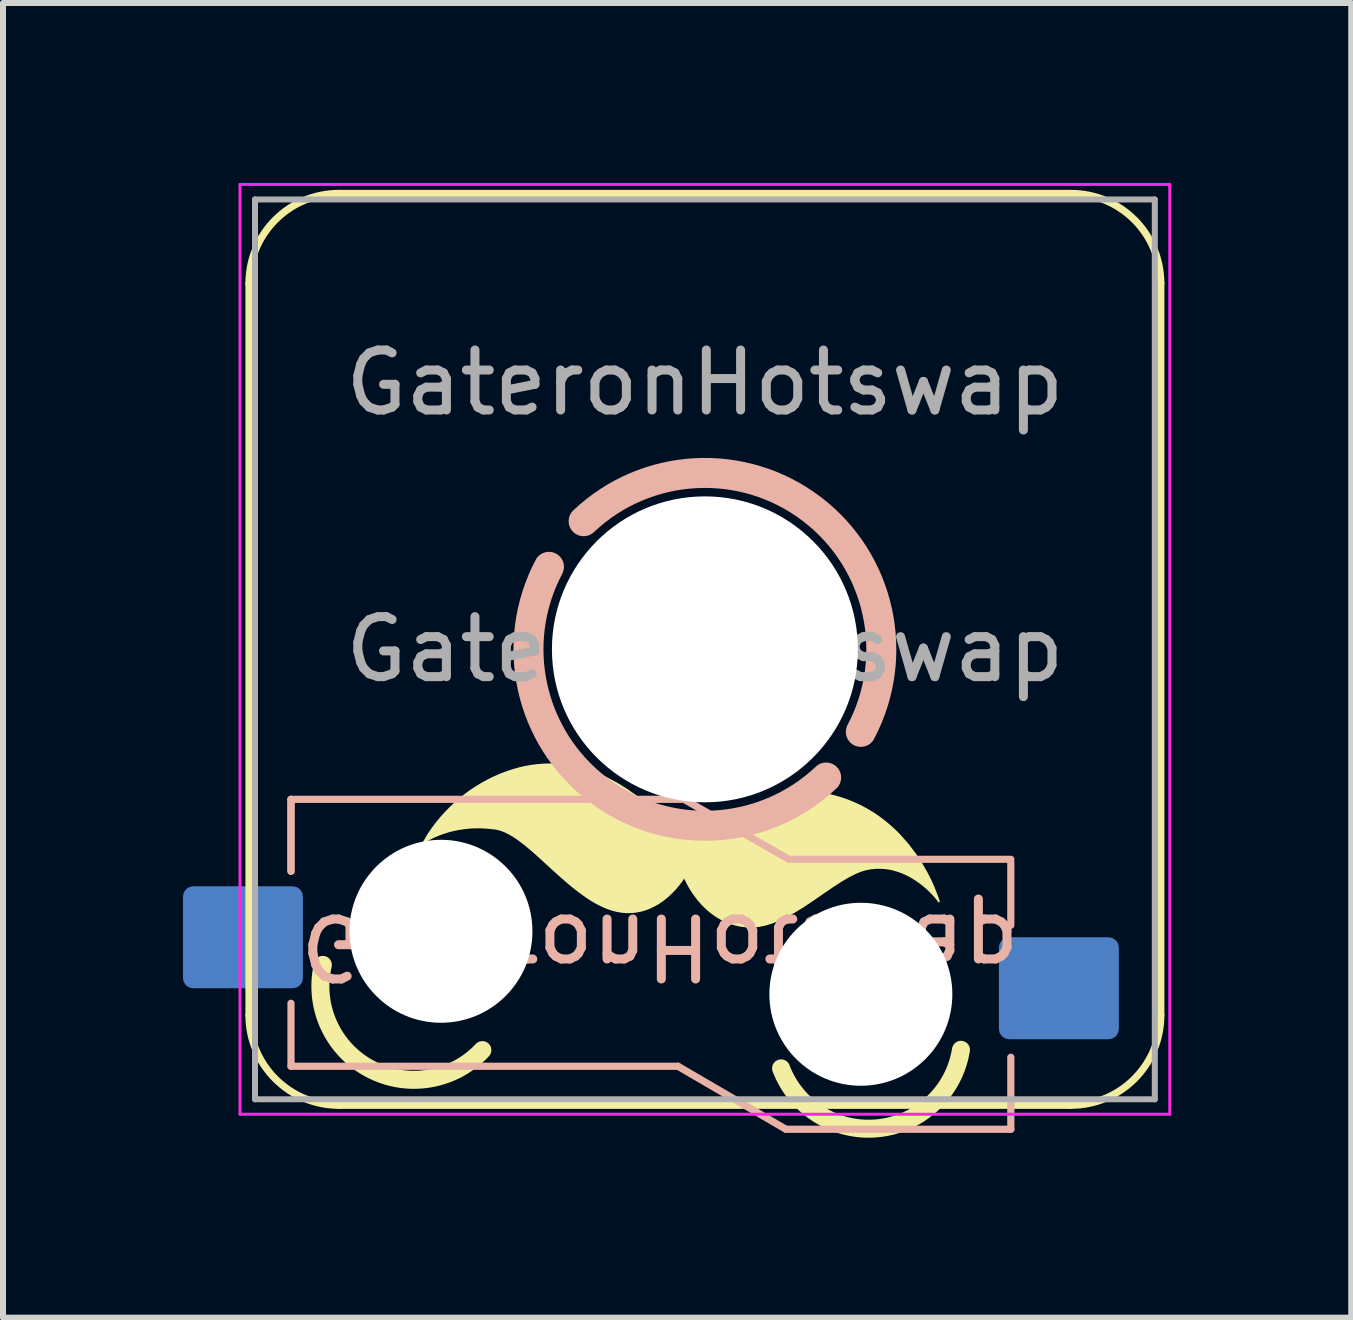
<source format=kicad_pcb>
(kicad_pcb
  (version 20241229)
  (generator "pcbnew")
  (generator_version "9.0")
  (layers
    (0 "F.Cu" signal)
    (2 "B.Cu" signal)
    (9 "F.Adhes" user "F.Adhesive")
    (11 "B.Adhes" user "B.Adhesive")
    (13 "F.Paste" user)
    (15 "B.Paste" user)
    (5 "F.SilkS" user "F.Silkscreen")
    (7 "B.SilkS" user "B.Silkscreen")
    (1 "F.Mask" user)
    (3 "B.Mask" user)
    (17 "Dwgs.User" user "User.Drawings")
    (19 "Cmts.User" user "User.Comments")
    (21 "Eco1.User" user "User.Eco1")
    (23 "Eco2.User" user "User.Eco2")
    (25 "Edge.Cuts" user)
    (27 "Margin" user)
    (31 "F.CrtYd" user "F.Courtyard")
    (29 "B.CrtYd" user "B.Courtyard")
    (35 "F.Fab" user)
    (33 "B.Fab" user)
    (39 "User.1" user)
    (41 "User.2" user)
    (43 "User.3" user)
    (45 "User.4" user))
  (footprint "GateronHotswap"
    (layer "F.Cu")
    (at 8.701 7.775)
    (property "Reference" "GateronHotswap" (at -0.75 4.95 180) (unlocked yes) (layer "B.SilkS") (effects (font (size 1 1) (thickness 0.15)) (justify mirror)))
    (attr smd)
    (fp_line (start -7.6 6.1) (end -7.6 -6.1) (stroke (width 0.12) (type solid)) (layer "F.SilkS"))
    (fp_line (start -6.1 -7.6) (end 6.1 -7.6) (stroke (width 0.12) (type solid)) (layer "F.SilkS"))
    (fp_line (start 6.1 7.6) (end -6.1 7.6) (stroke (width 0.12) (type solid)) (layer "F.SilkS"))
    (fp_line (start 7.6 6.1) (end 7.6 -6.1) (stroke (width 0.12) (type solid)) (layer "F.SilkS"))
    (fp_arc (start -7.599994 -6.100002) (mid -7.160654 -7.160662) (end -6.099994 -7.600002) (stroke (width 0.12) (type solid)) (layer "F.SilkS"))
    (fp_arc (start -6.099994 7.599998) (mid -7.160654 7.160658) (end -7.599994 6.099998) (stroke (width 0.12) (type solid)) (layer "F.SilkS"))
    (fp_arc (start -3.709776 6.680624) (mid -5.585316 6.992324) (end -6.368797 5.259995) (stroke (width 0.3) (type solid)) (layer "F.SilkS"))
    (fp_arc (start 4.268833 6.675848) (mid 2.888241 7.983046) (end 1.27 6.985) (stroke (width 0.3) (type solid)) (layer "F.SilkS"))
    (fp_arc (start 6.100006 -7.600002) (mid 7.160666 -7.160662) (end 7.600006 -6.100002) (stroke (width 0.12) (type solid)) (layer "F.SilkS"))
    (fp_arc (start 7.600006 6.099998) (mid 7.160666 7.160658) (end 6.100006 7.599998) (stroke (width 0.12) (type solid)) (layer "F.SilkS"))
    (fp_poly (pts (xy 3.903 4.206) (xy 3.881 4.177) (xy 3.854 4.144) (xy 3.817 4.102) (xy 3.771 4.053) (xy 3.715 3.999) (xy 3.65 3.942) (xy 3.614 3.913) (xy 3.576 3.885) (xy 3.536 3.856) (xy 3.494 3.829) (xy 3.45 3.802) (xy 3.404 3.776) (xy 3.356 3.752) (xy 3.307 3.73) (xy 3.255 3.71) (xy 3.202 3.692) (xy 3.147 3.676) (xy 3.091 3.663) (xy 3.032 3.654) (xy 2.973 3.648) (xy 2.911 3.645) (xy 2.848 3.646) (xy 2.784 3.652) (xy 2.719 3.662) (xy 2.666 3.674) (xy 2.613 3.69) (xy 2.558 3.711) (xy 2.503 3.735) (xy 2.388 3.793) (xy 2.27 3.863) (xy 2.149 3.941) (xy 2.025 4.025) (xy 1.77 4.201) (xy 1.639 4.288) (xy 1.506 4.37) (xy 1.373 4.445) (xy 1.306 4.479) (xy 1.238 4.51) (xy 1.171 4.538) (xy 1.104 4.563) (xy 1.036 4.584) (xy 0.969 4.601) (xy 0.901 4.614) (xy 0.834 4.622) (xy 0.767 4.625) (xy 0.7 4.623) (xy 0.631 4.615) (xy 0.565 4.604) (xy 0.501 4.589) (xy 0.44 4.571) (xy 0.382 4.549) (xy 0.326 4.525) (xy 0.273 4.498) (xy 0.222 4.469) (xy 0.173 4.438) (xy 0.127 4.405) (xy 0.083 4.371) (xy 0.041 4.335) (xy -0.035 4.262) (xy -0.102 4.187) (xy -0.16 4.112) (xy -0.21 4.041) (xy -0.252 3.974) (xy -0.285 3.915) (xy -0.329 3.827) (xy -0.343 3.794) (xy -0.361 3.822) (xy -0.383 3.855) (xy -0.414 3.897) (xy -0.453 3.946) (xy -0.5 4.001) (xy -0.555 4.058) (xy -0.618 4.117) (xy -0.653 4.146) (xy -0.689 4.175) (xy -0.728 4.203) (xy -0.768 4.23) (xy -0.81 4.255) (xy -0.854 4.279) (xy -0.9 4.301) (xy -0.947 4.322) (xy -0.996 4.339) (xy -1.047 4.355) (xy -1.1 4.367) (xy -1.155 4.376) (xy -1.211 4.382) (xy -1.269 4.385) (xy -1.328 4.383) (xy -1.389 4.377) (xy -1.463 4.365) (xy -1.537 4.346) (xy -1.611 4.322) (xy -1.684 4.293) (xy -1.756 4.258) (xy -1.829 4.22) (xy -1.9 4.177) (xy -1.971 4.131) (xy -2.112 4.029) (xy -2.251 3.918) (xy -2.387 3.8) (xy -2.521 3.68) (xy -2.781 3.442) (xy -2.906 3.332) (xy -3.029 3.231) (xy -3.148 3.144) (xy -3.207 3.106) (xy -3.265 3.073) (xy -3.322 3.044) (xy -3.378 3.021) (xy -3.433 3.004) (xy -3.487 2.992) (xy -3.623 2.977) (xy -3.752 2.97) (xy -3.874 2.972) (xy -3.988 2.982) (xy -4.096 2.997) (xy -4.195 3.017) (xy -4.286 3.041) (xy -4.368 3.067) (xy -4.442 3.095) (xy -4.507 3.122) (xy -4.609 3.173) (xy -4.693 3.225) (xy -4.676 3.194) (xy -4.625 3.106) (xy -4.586 3.046) (xy -4.537 2.976) (xy -4.479 2.899) (xy -4.411 2.816) (xy -4.333 2.728) (xy -4.245 2.638) (xy -4.197 2.592) (xy -4.147 2.545) (xy -4.094 2.499) (xy -4.038 2.454) (xy -3.979 2.408) (xy -3.917 2.363) (xy -3.853 2.32) (xy -3.786 2.277) (xy -3.716 2.235) (xy -3.643 2.195) (xy -3.568 2.156) (xy -3.489 2.119) (xy -3.389 2.076) (xy -3.289 2.039) (xy -3.19 2.007) (xy -3.092 1.979) (xy -2.995 1.957) (xy -2.898 1.94) (xy -2.803 1.927) (xy -2.708 1.919) (xy -2.614 1.915) (xy -2.521 1.916) (xy -2.429 1.921) (xy -2.338 1.931) (xy -2.248 1.944) (xy -2.158 1.962) (xy -1.982 2.008) (xy -1.809 2.069) (xy -1.64 2.143) (xy -1.475 2.231) (xy -1.313 2.33) (xy -1.155 2.441) (xy -1.001 2.562) (xy -0.851 2.692) (xy -0.704 2.831) (xy -0.662 2.872) (xy -0.622 2.909) (xy -0.582 2.943) (xy -0.545 2.974) (xy -0.508 3.002) (xy -0.473 3.027) (xy -0.438 3.049) (xy -0.405 3.068) (xy -0.373 3.084) (xy -0.342 3.098) (xy -0.312 3.11) (xy -0.282 3.119) (xy -0.253 3.126) (xy -0.225 3.131) (xy -0.197 3.133) (xy -0.17 3.134) (xy -0.143 3.133) (xy -0.116 3.131) (xy -0.09 3.127) (xy -0.064 3.121) (xy -0.012 3.106) (xy 0.041 3.086) (xy 0.094 3.062) (xy 0.149 3.035) (xy 0.265 2.976) (xy 0.296 2.957) (xy 0.339 2.926) (xy 0.459 2.836) (xy 0.536 2.781) (xy 0.623 2.723) (xy 0.719 2.663) (xy 0.826 2.603) (xy 0.882 2.574) (xy 0.941 2.547) (xy 1.002 2.52) (xy 1.064 2.495) (xy 1.129 2.471) (xy 1.196 2.449) (xy 1.265 2.43) (xy 1.336 2.413) (xy 1.408 2.399) (xy 1.482 2.388) (xy 1.558 2.381) (xy 1.636 2.376) (xy 1.715 2.376) (xy 1.795 2.38) (xy 1.877 2.388) (xy 1.961 2.401) (xy 2.1 2.43) (xy 2.233 2.466) (xy 2.36 2.508) (xy 2.481 2.557) (xy 2.596 2.61) (xy 2.705 2.669) (xy 2.808 2.731) (xy 2.906 2.798) (xy 2.998 2.868) (xy 3.085 2.94) (xy 3.167 3.015) (xy 3.244 3.092) (xy 3.382 3.248) (xy 3.502 3.406) (xy 3.604 3.56) (xy 3.689 3.707) (xy 3.759 3.842) (xy 3.813 3.962) (xy 3.882 4.139) (xy 3.903 4.206) (xy 3.903 4.206)) (stroke (width 0.026) (type solid)) (fill yes) (layer "F.SilkS"))
    (fp_line (start -6.9 2.5) (end -6.9 3.7) (stroke (width 0.12) (type solid)) (layer "B.SilkS"))
    (fp_line (start -6.9 2.5) (end -0.35 2.5) (stroke (width 0.12) (type solid)) (layer "B.SilkS"))
    (fp_line (start -6.9 3.7) (end -6.9 2.5) (stroke (width 0.12) (type solid)) (layer "B.SilkS"))
    (fp_line (start -6.9 6.95) (end -6.9 5.9) (stroke (width 0.12) (type solid)) (layer "B.SilkS"))
    (fp_line (start -0.45 6.95) (end -6.9 6.95) (stroke (width 0.12) (type solid)) (layer "B.SilkS"))
    (fp_line (start -0.35 2.5) (end 1.4 3.5) (stroke (width 0.12) (type solid)) (layer "B.SilkS"))
    (fp_line (start 1.35 8) (end -0.45 6.95) (stroke (width 0.12) (type solid)) (layer "B.SilkS"))
    (fp_line (start 1.4 3.5) (end 5.1 3.5) (stroke (width 0.12) (type solid)) (layer "B.SilkS"))
    (fp_line (start 5.1 3.55) (end 5.1 4.6) (stroke (width 0.12) (type solid)) (layer "B.SilkS"))
    (fp_line (start 5.1 6.8) (end 5.1 8) (stroke (width 0.12) (type solid)) (layer "B.SilkS"))
    (fp_line (start 5.1 8) (end 1.35 8) (stroke (width 0.12) (type solid)) (layer "B.SilkS"))
    (fp_arc (start -2.021169 -2.136505) (mid 1.77975 -2.341424) (end 2.599465 1.375704) (stroke (width 0.5) (type solid)) (layer "B.SilkS"))
    (fp_arc (start 2.021175 2.136503) (mid -1.779744 2.341422) (end -2.599459 -1.375706) (stroke (width 0.5) (type solid)) (layer "B.SilkS"))
    (fp_line (start -7.25 -7.25) (end -7.25 7.25) (stroke (width 0.1) (type solid)) (layer "Eco1.User"))
    (fp_line (start -7.25 7.25) (end 7.25 7.25) (stroke (width 0.1) (type solid)) (layer "Eco1.User"))
    (fp_line (start 7.25 -7.25) (end -7.25 -7.25) (stroke (width 0.1) (type solid)) (layer "Eco1.User"))
    (fp_line (start 7.25 7.25) (end 7.25 -7.25) (stroke (width 0.1) (type solid)) (layer "Eco1.User"))
    (fp_line (start -7.75 -7.75) (end -7.75 7.75) (stroke (width 0.05) (type solid)) (layer "F.CrtYd"))
    (fp_line (start -7.75 7.75) (end 7.75 7.75) (stroke (width 0.05) (type solid)) (layer "F.CrtYd"))
    (fp_line (start 7.75 -7.75) (end -7.75 -7.75) (stroke (width 0.05) (type solid)) (layer "F.CrtYd"))
    (fp_line (start 7.75 7.75) (end 7.75 -7.75) (stroke (width 0.05) (type solid)) (layer "F.CrtYd"))
    (fp_line (start -7.5 -7.5) (end -7.5 7.5) (stroke (width 0.1) (type solid)) (layer "F.Fab"))
    (fp_line (start -7.5 7.5) (end 7.5 7.5) (stroke (width 0.1) (type solid)) (layer "F.Fab"))
    (fp_line (start 7.5 -7.5) (end -7.5 -7.5) (stroke (width 0.1) (type solid)) (layer "F.Fab"))
    (fp_line (start 7.5 7.5) (end 7.5 -7.5) (stroke (width 0.1) (type solid)) (layer "F.Fab"))
    (fp_text user "${REFERENCE}" (at 0.000006 -0.000002 0) (layer "F.Fab") (effects (font (size 1 1) (thickness 0.15))))
    (fp_text user "${REFERENCE}" (at 0 -4.445 0) (unlocked yes) (layer "F.Fab") (effects (font (size 1 1) (thickness 0.15))))
    (pad "" np_thru_hole circle (at -4.4 4.7 180) (size 3.05 3.05) (drill 3.05) (layers "*.Cu" "*.Mask"))
    (pad "" np_thru_hole circle (at 0 0 180) (size 5.1 5.1) (drill 5.1) (layers "*.Cu" "*.Mask"))
    (pad "" np_thru_hole circle (at 2.6 5.75) (size 3.05 3.05) (drill 3.05) (layers "*.Cu" "*.Mask"))
    (pad "1" smd roundrect (at 5.901 5.65 180) (size 2 1.7) (layers "B.Cu" "B.Mask" "B.Paste") (roundrect_rratio 0.1))
    (pad "2" smd roundrect (at -7.701 4.8) (size 2 1.7) (layers "B.Cu" "B.Mask" "B.Paste") (roundrect_rratio 0.1)))
  (gr_rect
    (start -3 -3)
    (end 19.476 18.916)
    (stroke (width 0.1) (type default))
    (fill no)
    (layer "Edge.Cuts")))
</source>
